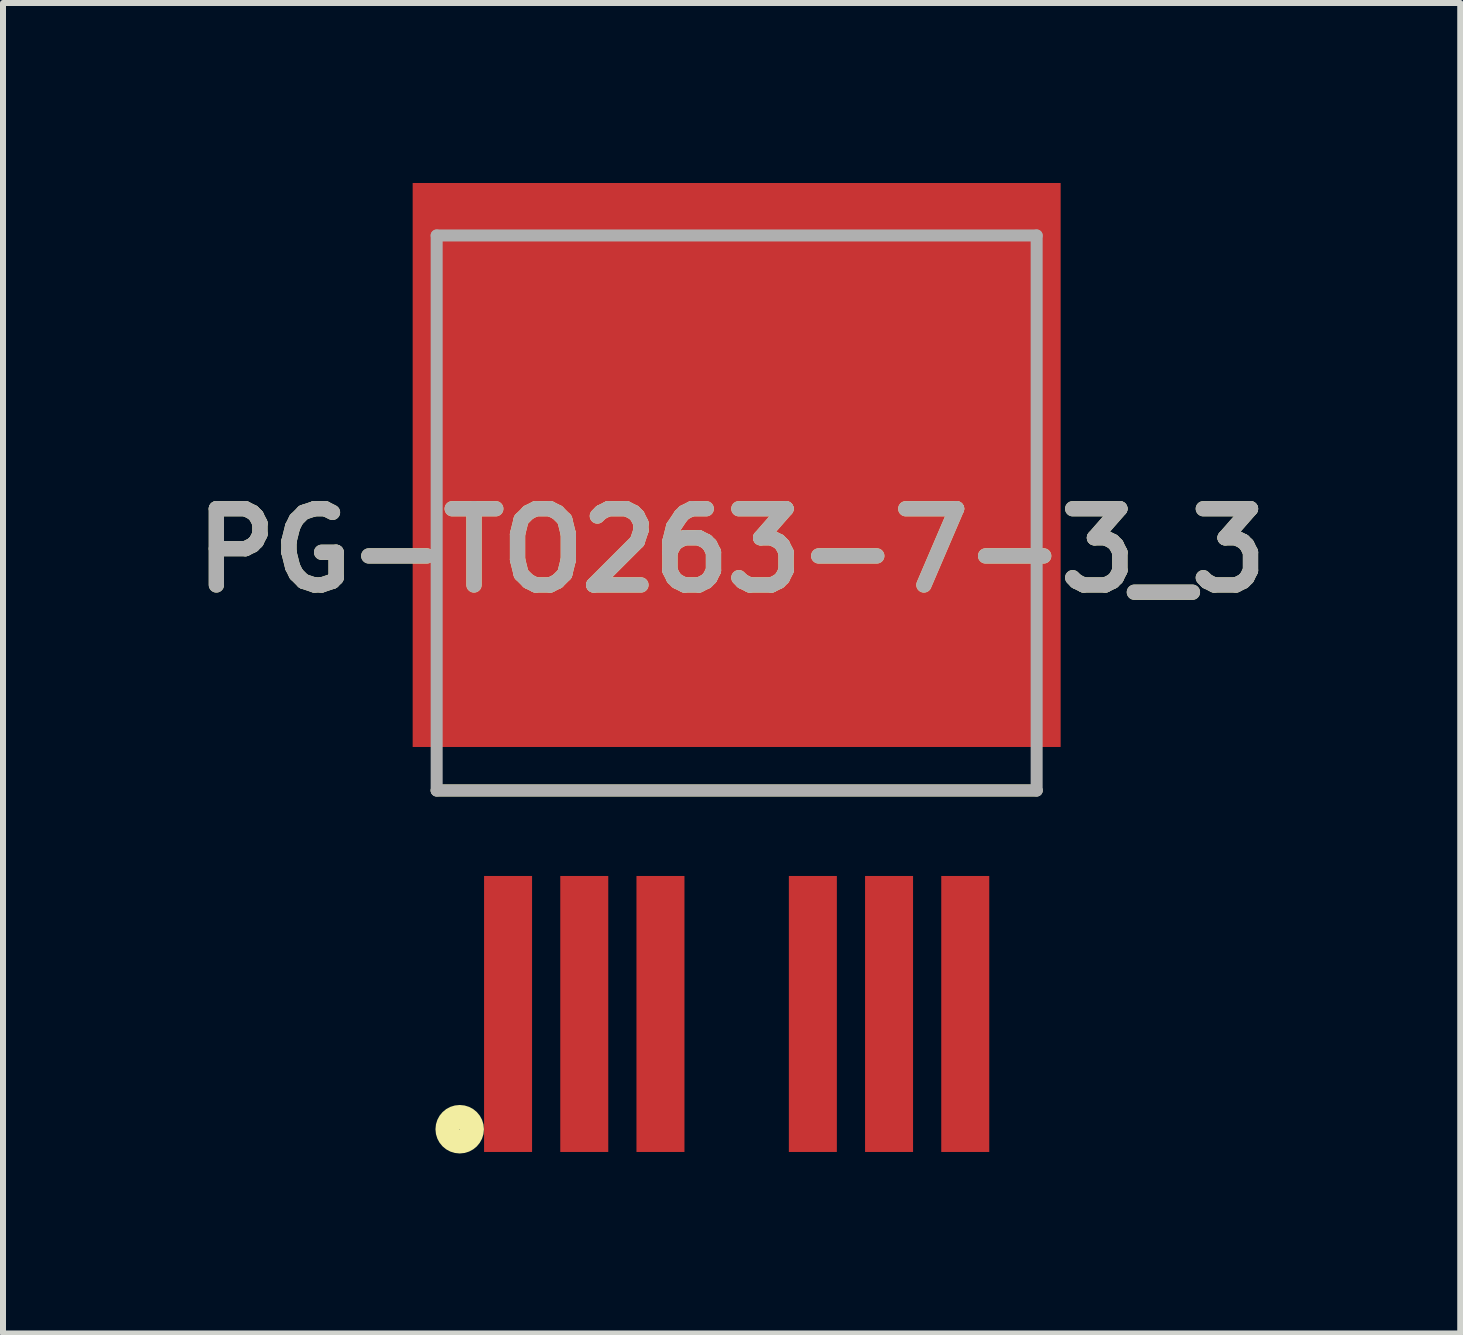
<source format=kicad_pcb>
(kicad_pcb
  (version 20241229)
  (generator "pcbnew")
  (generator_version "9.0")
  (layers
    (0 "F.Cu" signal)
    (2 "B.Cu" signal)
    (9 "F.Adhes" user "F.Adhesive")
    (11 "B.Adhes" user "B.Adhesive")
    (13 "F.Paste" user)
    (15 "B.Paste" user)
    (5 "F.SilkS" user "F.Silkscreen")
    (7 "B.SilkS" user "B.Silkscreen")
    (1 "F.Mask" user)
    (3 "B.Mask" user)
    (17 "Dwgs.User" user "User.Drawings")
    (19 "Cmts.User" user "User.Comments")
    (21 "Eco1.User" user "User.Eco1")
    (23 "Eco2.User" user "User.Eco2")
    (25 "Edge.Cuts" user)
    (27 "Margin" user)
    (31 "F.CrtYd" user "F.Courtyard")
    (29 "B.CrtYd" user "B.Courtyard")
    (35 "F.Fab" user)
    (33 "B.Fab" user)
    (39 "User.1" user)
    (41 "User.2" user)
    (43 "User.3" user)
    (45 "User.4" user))
  (footprint "PG-TO263-7-3_3"
    (layer "F.Cu")
    (at 9.228 4.7)
    (property "Reference" "PG-TO263-7-3_3" (at -0.084 1.425 0) (layer "F.SilkS") (effects (font (size 1.27 1.27) (thickness 0.254))))
    (attr smd)
    (fp_line (start -5 5.425) (end 5 5.425) (stroke (width 0.2) (type solid)) (layer "F.SilkS"))
    (fp_circle (center -4.616 11.071) (end -4.616 11.275) (stroke (width 0.4) (type solid)) (fill no) (layer "F.SilkS"))
    (fp_line (start -5 -3.825) (end 5 -3.825) (stroke (width 0.2) (type solid)) (layer "F.Fab"))
    (fp_line (start -5 5.425) (end -5 -3.825) (stroke (width 0.2) (type solid)) (layer "F.Fab"))
    (fp_line (start 5 -3.825) (end 5 5.425) (stroke (width 0.2) (type solid)) (layer "F.Fab"))
    (fp_line (start 5 5.425) (end -5 5.425) (stroke (width 0.2) (type solid)) (layer "F.Fab"))
    (fp_text user "${REFERENCE}" (at -0.084 1.425 0) (layer "F.Fab") (effects (font (size 1.27 1.27) (thickness 0.254))))
    (pad "1" smd rect (at -3.81 9.15) (size 0.8 4.6) (layers "F.Cu" "F.Mask" "F.Paste"))
    (pad "2" smd rect (at -2.54 9.15) (size 0.8 4.6) (layers "F.Cu" "F.Mask" "F.Paste"))
    (pad "3" smd rect (at -1.27 9.15) (size 0.8 4.6) (layers "F.Cu" "F.Mask" "F.Paste"))
    (pad "5" smd rect (at 1.27 9.15) (size 0.8 4.6) (layers "F.Cu" "F.Mask" "F.Paste"))
    (pad "6" smd rect (at 2.54 9.15) (size 0.8 4.6) (layers "F.Cu" "F.Mask" "F.Paste"))
    (pad "7" smd rect (at 3.81 9.15) (size 0.8 4.6) (layers "F.Cu" "F.Mask" "F.Paste"))
    (pad "8" smd rect (at 0 0 90) (size 9.4 10.8) (layers "F.Cu" "F.Mask" "F.Paste")))
  (gr_rect
    (start -3 -3)
    (end 21.288 19.175)
    (stroke (width 0.1) (type default))
    (fill no)
    (layer "Edge.Cuts")))
</source>
